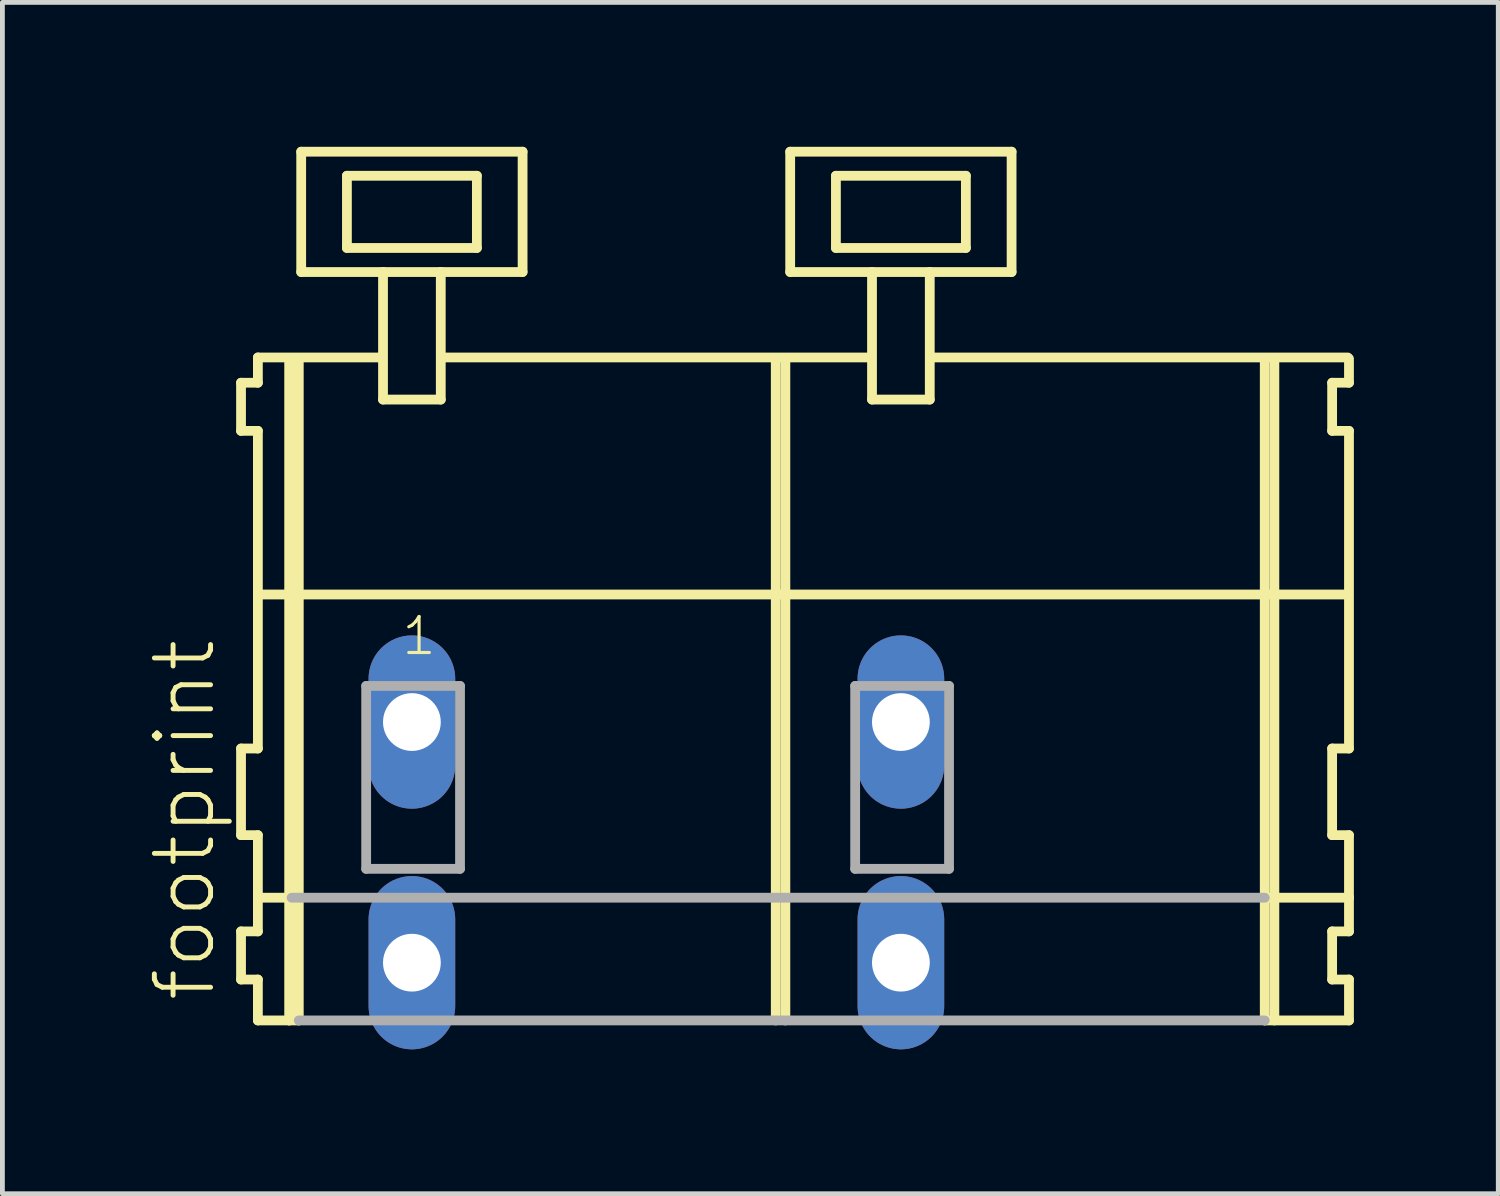
<source format=kicad_pcb>
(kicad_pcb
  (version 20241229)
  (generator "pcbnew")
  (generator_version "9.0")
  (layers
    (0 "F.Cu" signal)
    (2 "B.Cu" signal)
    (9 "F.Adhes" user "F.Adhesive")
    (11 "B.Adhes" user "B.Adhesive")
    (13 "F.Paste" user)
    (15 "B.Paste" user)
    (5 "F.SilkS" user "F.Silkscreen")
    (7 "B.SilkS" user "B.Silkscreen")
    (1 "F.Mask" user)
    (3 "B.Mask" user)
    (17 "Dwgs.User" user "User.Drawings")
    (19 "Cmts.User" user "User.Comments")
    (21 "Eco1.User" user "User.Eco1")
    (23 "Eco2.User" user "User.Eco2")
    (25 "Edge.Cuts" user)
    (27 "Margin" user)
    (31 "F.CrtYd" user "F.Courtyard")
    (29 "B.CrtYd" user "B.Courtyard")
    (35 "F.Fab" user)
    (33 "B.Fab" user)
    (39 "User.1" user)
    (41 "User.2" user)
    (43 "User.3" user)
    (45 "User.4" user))
  (footprint "footprint"
    (layer "F.Cu")
    (at 13.128 11.952)
    (property "Reference" "footprint" (at -11.655 5.855 90) (layer "F.SilkS") (effects (font (size 1.168 1.168) (thickness 0.102)) (justify left bottom)))
    (fp_line (start -11.17 -7.05) (end -11.17 -6.05) (stroke (width 0.203) (type solid)) (layer "F.SilkS"))
    (fp_line (start -11.17 -6.05) (end -10.82 -6.05) (stroke (width 0.203) (type solid)) (layer "F.SilkS"))
    (fp_line (start -11.17 0.55) (end -11.17 2.35) (stroke (width 0.203) (type solid)) (layer "F.SilkS"))
    (fp_line (start -11.17 2.35) (end -10.82 2.35) (stroke (width 0.203) (type solid)) (layer "F.SilkS"))
    (fp_line (start -11.17 4.35) (end -11.17 5.35) (stroke (width 0.203) (type solid)) (layer "F.SilkS"))
    (fp_line (start -11.17 5.35) (end -10.82 5.35) (stroke (width 0.203) (type solid)) (layer "F.SilkS"))
    (fp_line (start -10.82 -7.575) (end -10.82 -7.05) (stroke (width 0.203) (type solid)) (layer "F.SilkS"))
    (fp_line (start -10.82 -7.575) (end -8.245 -7.575) (stroke (width 0.203) (type solid)) (layer "F.SilkS"))
    (fp_line (start -10.82 -7.05) (end -11.17 -7.05) (stroke (width 0.203) (type solid)) (layer "F.SilkS"))
    (fp_line (start -10.82 -6.05) (end -10.82 0.55) (stroke (width 0.203) (type solid)) (layer "F.SilkS"))
    (fp_line (start -10.82 0.55) (end -11.17 0.55) (stroke (width 0.203) (type solid)) (layer "F.SilkS"))
    (fp_line (start -10.82 2.35) (end -10.82 4.35) (stroke (width 0.203) (type solid)) (layer "F.SilkS"))
    (fp_line (start -10.82 3.65) (end -10.12 3.65) (stroke (width 0.203) (type solid)) (layer "F.SilkS"))
    (fp_line (start -10.82 4.35) (end -11.17 4.35) (stroke (width 0.203) (type solid)) (layer "F.SilkS"))
    (fp_line (start -10.82 5.35) (end -10.82 6.2) (stroke (width 0.203) (type solid)) (layer "F.SilkS"))
    (fp_line (start -10.82 6.2) (end -10.17 6.2) (stroke (width 0.203) (type solid)) (layer "F.SilkS"))
    (fp_line (start -10.77 -2.65) (end 11.8 -2.65) (stroke (width 0.203) (type solid)) (layer "F.SilkS"))
    (fp_line (start -10.17 -7.55) (end -10.17 6.2) (stroke (width 0.203) (type solid)) (layer "F.SilkS"))
    (fp_line (start -10.17 6.2) (end -9.97 6.2) (stroke (width 0.203) (type solid)) (layer "F.SilkS"))
    (fp_line (start -9.97 -7.55) (end -9.97 6.2) (stroke (width 0.203) (type solid)) (layer "F.SilkS"))
    (fp_line (start -9.92 -11.85) (end -9.92 -9.35) (stroke (width 0.203) (type solid)) (layer "F.SilkS"))
    (fp_line (start -9.92 -9.35) (end -8.22 -9.35) (stroke (width 0.203) (type solid)) (layer "F.SilkS"))
    (fp_line (start -8.97 -11.35) (end -8.97 -9.85) (stroke (width 0.203) (type solid)) (layer "F.SilkS"))
    (fp_line (start -8.97 -9.85) (end -6.27 -9.85) (stroke (width 0.203) (type solid)) (layer "F.SilkS"))
    (fp_line (start -8.22 -9.35) (end -8.22 -6.7) (stroke (width 0.203) (type solid)) (layer "F.SilkS"))
    (fp_line (start -8.22 -9.35) (end -7.02 -9.35) (stroke (width 0.203) (type solid)) (layer "F.SilkS"))
    (fp_line (start -8.22 -6.7) (end -7.02 -6.7) (stroke (width 0.203) (type solid)) (layer "F.SilkS"))
    (fp_line (start -7.02 -9.35) (end -5.32 -9.35) (stroke (width 0.203) (type solid)) (layer "F.SilkS"))
    (fp_line (start -7.02 -6.7) (end -7.02 -9.35) (stroke (width 0.203) (type solid)) (layer "F.SilkS"))
    (fp_line (start -6.995 -7.575) (end 1.919 -7.575) (stroke (width 0.203) (type solid)) (layer "F.SilkS"))
    (fp_line (start -6.27 -11.35) (end -8.97 -11.35) (stroke (width 0.203) (type solid)) (layer "F.SilkS"))
    (fp_line (start -6.27 -9.85) (end -6.27 -11.35) (stroke (width 0.203) (type solid)) (layer "F.SilkS"))
    (fp_line (start -5.32 -11.85) (end -9.92 -11.85) (stroke (width 0.203) (type solid)) (layer "F.SilkS"))
    (fp_line (start -5.32 -9.35) (end -5.32 -11.85) (stroke (width 0.203) (type solid)) (layer "F.SilkS"))
    (fp_line (start -0.06 -7.55) (end -0.06 6.2) (stroke (width 0.203) (type solid)) (layer "F.SilkS"))
    (fp_line (start 0.14 -7.55) (end 0.14 6.2) (stroke (width 0.203) (type solid)) (layer "F.SilkS"))
    (fp_line (start 0.24 -11.85) (end 0.24 -9.35) (stroke (width 0.203) (type solid)) (layer "F.SilkS"))
    (fp_line (start 0.24 -9.35) (end 1.94 -9.35) (stroke (width 0.203) (type solid)) (layer "F.SilkS"))
    (fp_line (start 1.19 -11.35) (end 1.19 -9.85) (stroke (width 0.203) (type solid)) (layer "F.SilkS"))
    (fp_line (start 1.19 -9.85) (end 3.89 -9.85) (stroke (width 0.203) (type solid)) (layer "F.SilkS"))
    (fp_line (start 1.94 -9.35) (end 1.94 -6.7) (stroke (width 0.203) (type solid)) (layer "F.SilkS"))
    (fp_line (start 1.94 -9.35) (end 3.14 -9.35) (stroke (width 0.203) (type solid)) (layer "F.SilkS"))
    (fp_line (start 1.94 -6.7) (end 3.14 -6.7) (stroke (width 0.203) (type solid)) (layer "F.SilkS"))
    (fp_line (start 3.14 -9.35) (end 4.84 -9.35) (stroke (width 0.203) (type solid)) (layer "F.SilkS"))
    (fp_line (start 3.14 -6.7) (end 3.14 -9.35) (stroke (width 0.203) (type solid)) (layer "F.SilkS"))
    (fp_line (start 3.165 -7.575) (end 11.825 -7.575) (stroke (width 0.203) (type solid)) (layer "F.SilkS"))
    (fp_line (start 3.89 -11.35) (end 1.19 -11.35) (stroke (width 0.203) (type solid)) (layer "F.SilkS"))
    (fp_line (start 3.89 -9.85) (end 3.89 -11.35) (stroke (width 0.203) (type solid)) (layer "F.SilkS"))
    (fp_line (start 4.84 -11.85) (end 0.24 -11.85) (stroke (width 0.203) (type solid)) (layer "F.SilkS"))
    (fp_line (start 4.84 -9.35) (end 4.84 -11.85) (stroke (width 0.203) (type solid)) (layer "F.SilkS"))
    (fp_line (start 10.1 -7.55) (end 10.1 6.2) (stroke (width 0.203) (type solid)) (layer "F.SilkS"))
    (fp_line (start 10.1 6.2) (end 11.85 6.2) (stroke (width 0.203) (type solid)) (layer "F.SilkS"))
    (fp_line (start 10.15 3.65) (end 11.85 3.65) (stroke (width 0.203) (type solid)) (layer "F.SilkS"))
    (fp_line (start 10.3 -7.55) (end 10.3 6.2) (stroke (width 0.203) (type solid)) (layer "F.SilkS"))
    (fp_line (start 11.5 -7.05) (end 11.5 -6.05) (stroke (width 0.203) (type solid)) (layer "F.SilkS"))
    (fp_line (start 11.5 -6.05) (end 11.85 -6.05) (stroke (width 0.203) (type solid)) (layer "F.SilkS"))
    (fp_line (start 11.5 0.55) (end 11.5 2.35) (stroke (width 0.203) (type solid)) (layer "F.SilkS"))
    (fp_line (start 11.5 2.35) (end 11.85 2.35) (stroke (width 0.203) (type solid)) (layer "F.SilkS"))
    (fp_line (start 11.5 4.35) (end 11.5 5.35) (stroke (width 0.203) (type solid)) (layer "F.SilkS"))
    (fp_line (start 11.5 5.35) (end 11.85 5.35) (stroke (width 0.203) (type solid)) (layer "F.SilkS"))
    (fp_line (start 11.85 -7.05) (end 11.5 -7.05) (stroke (width 0.203) (type solid)) (layer "F.SilkS"))
    (fp_line (start 11.85 -7.05) (end 11.85 -7.55) (stroke (width 0.203) (type solid)) (layer "F.SilkS"))
    (fp_line (start 11.85 0.55) (end 11.5 0.55) (stroke (width 0.203) (type solid)) (layer "F.SilkS"))
    (fp_line (start 11.85 0.55) (end 11.85 -6.05) (stroke (width 0.203) (type solid)) (layer "F.SilkS"))
    (fp_line (start 11.85 3.65) (end 11.85 2.35) (stroke (width 0.203) (type solid)) (layer "F.SilkS"))
    (fp_line (start 11.85 4.35) (end 11.5 4.35) (stroke (width 0.203) (type solid)) (layer "F.SilkS"))
    (fp_line (start 11.85 4.35) (end 11.85 3.65) (stroke (width 0.203) (type solid)) (layer "F.SilkS"))
    (fp_line (start 11.85 6.2) (end 11.85 5.35) (stroke (width 0.203) (type solid)) (layer "F.SilkS"))
    (fp_line (start -10.12 3.65) (end 10.1 3.65) (stroke (width 0.203) (type solid)) (layer "F.Fab"))
    (fp_line (start -9.97 6.2) (end 10.1 6.2) (stroke (width 0.203) (type solid)) (layer "F.Fab"))
    (fp_line (start -8.57 -0.75) (end -8.57 3.05) (stroke (width 0.203) (type solid)) (layer "F.Fab"))
    (fp_line (start -8.57 3.05) (end -6.62 3.05) (stroke (width 0.203) (type solid)) (layer "F.Fab"))
    (fp_line (start -6.62 -0.75) (end -8.57 -0.75) (stroke (width 0.203) (type solid)) (layer "F.Fab"))
    (fp_line (start -6.62 3.05) (end -6.62 -0.75) (stroke (width 0.203) (type solid)) (layer "F.Fab"))
    (fp_line (start 1.59 -0.75) (end 1.59 3.05) (stroke (width 0.203) (type solid)) (layer "F.Fab"))
    (fp_line (start 1.59 3.05) (end 3.54 3.05) (stroke (width 0.203) (type solid)) (layer "F.Fab"))
    (fp_line (start 3.54 -0.75) (end 1.59 -0.75) (stroke (width 0.203) (type solid)) (layer "F.Fab"))
    (fp_line (start 3.54 3.05) (end 3.54 -0.75) (stroke (width 0.203) (type solid)) (layer "F.Fab"))
    (fp_text user "1" (at -7.87 -1.35 0) (layer "F.SilkS") (effects (font (size 0.748 0.748) (thickness 0.065)) (justify left bottom)))
    (pad "A1" thru_hole oval (at -7.62 0 90) (size 3.6 1.8) (drill 1.2) (layers "*.Cu" "*.Mask"))
    (pad "A2" thru_hole oval (at 2.54 0 90) (size 3.6 1.8) (drill 1.2) (layers "*.Cu" "*.Mask"))
    (pad "B1" thru_hole oval (at -7.62 5 90) (size 3.6 1.8) (drill 1.2) (layers "*.Cu" "*.Mask"))
    (pad "B2" thru_hole oval (at 2.54 5 90) (size 3.6 1.8) (drill 1.2) (layers "*.Cu" "*.Mask")))
  (gr_rect
    (start -3 -3)
    (end 28.08 21.752)
    (stroke (width 0.1) (type default))
    (fill no)
    (layer "Edge.Cuts")))
</source>
